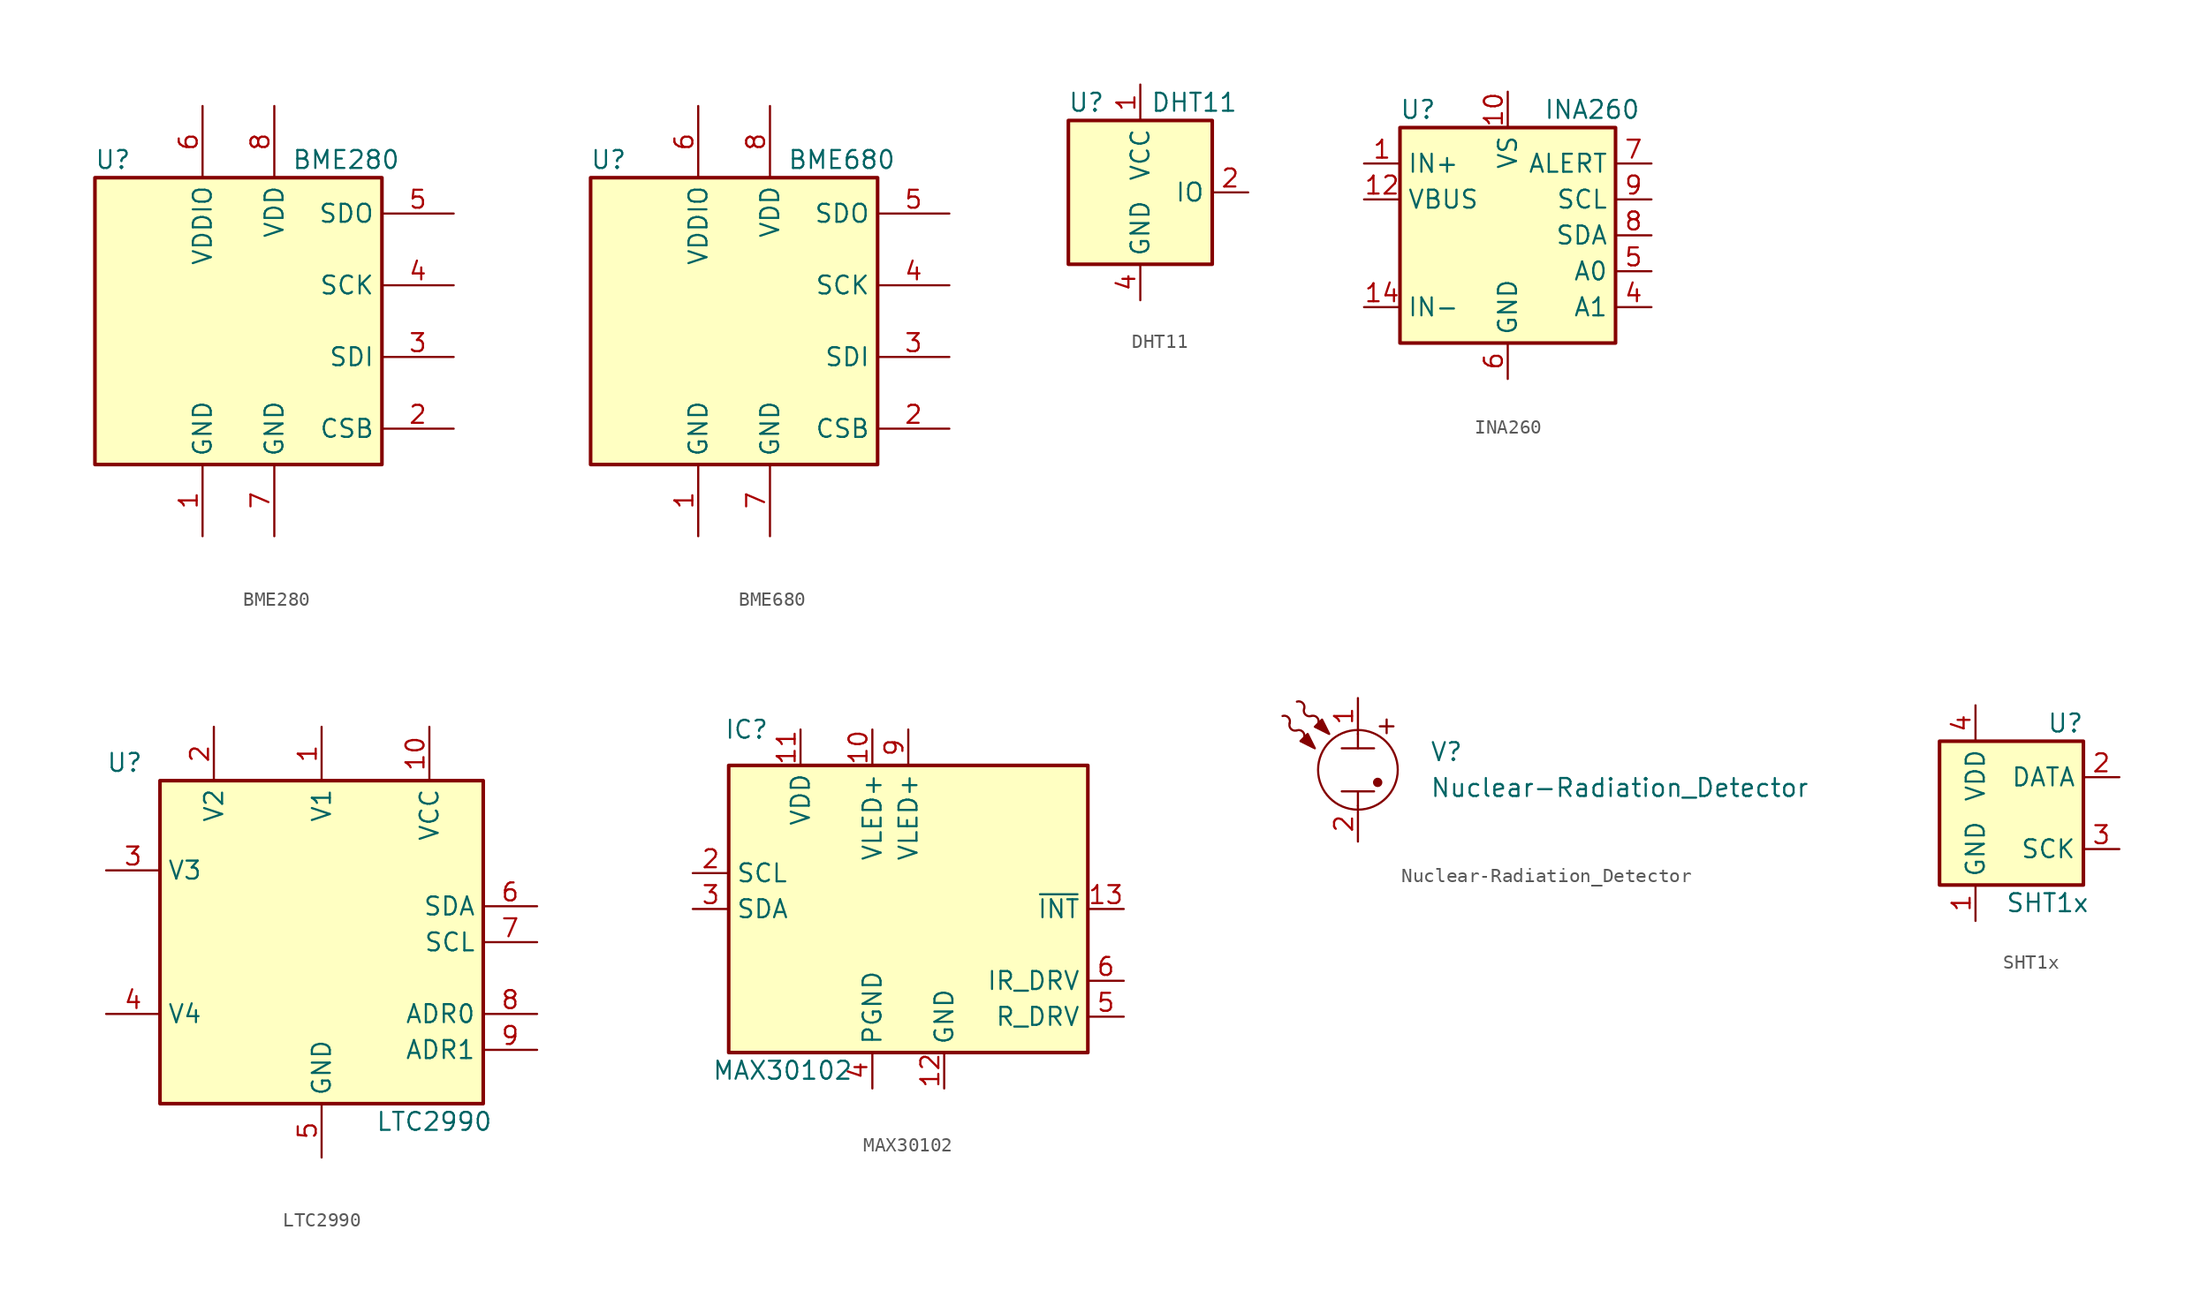
<source format=kicad_sym>
(kicad_symbol_lib
  (version 20201005)
  (generator kicad_symbol_editor)
  (symbol "Sensor:BME280"
    (property "Reference" "U"
      (at -8.89 11.43 0)
      (effects (font (size 1.27 1.27))))
    (property "Value" "BME280"
      (at 7.62 11.43 0)
      (effects (font (size 1.27 1.27))))
    (symbol "BME280_0_1"
      (rectangle (start -10.16 10.16) (end 10.16 -10.16) (stroke (width 0.254)) (fill (type background))))
    (symbol "BME280_1_1"
      (pin power_in line (at -2.54 -15.24 90) (length 5.08) (name "GND" (effects (font (size 1.27 1.27)))) (number "1" (effects (font (size 1.27 1.27)))))
      (pin input line (at 15.24 -7.62 180) (length 5.08) (name "CSB" (effects (font (size 1.27 1.27)))) (number "2" (effects (font (size 1.27 1.27)))))
      (pin bidirectional line (at 15.24 -2.54 180) (length 5.08) (name "SDI" (effects (font (size 1.27 1.27)))) (number "3" (effects (font (size 1.27 1.27)))))
      (pin input line (at 15.24 2.54 180) (length 5.08) (name "SCK" (effects (font (size 1.27 1.27)))) (number "4" (effects (font (size 1.27 1.27)))))
      (pin bidirectional line (at 15.24 7.62 180) (length 5.08) (name "SDO" (effects (font (size 1.27 1.27)))) (number "5" (effects (font (size 1.27 1.27)))))
      (pin power_in line (at -2.54 15.24 270) (length 5.08) (name "VDDIO" (effects (font (size 1.27 1.27)))) (number "6" (effects (font (size 1.27 1.27)))))
      (pin power_in line (at 2.54 -15.24 90) (length 5.08) (name "GND" (effects (font (size 1.27 1.27)))) (number "7" (effects (font (size 1.27 1.27)))))
      (pin power_in line (at 2.54 15.24 270) (length 5.08) (name "VDD" (effects (font (size 1.27 1.27)))) (number "8" (effects (font (size 1.27 1.27)))))))
  (symbol "Sensor:BME680"
    (property "Reference" "U"
      (at -8.89 11.43 0)
      (effects (font (size 1.27 1.27))))
    (property "Value" "BME680"
      (at 7.62 11.43 0)
      (effects (font (size 1.27 1.27))))
    (symbol "BME680_0_1"
      (rectangle (start -10.16 10.16) (end 10.16 -10.16) (stroke (width 0.254)) (fill (type background))))
    (symbol "BME680_1_1"
      (pin power_in line (at -2.54 -15.24 90) (length 5.08) (name "GND" (effects (font (size 1.27 1.27)))) (number "1" (effects (font (size 1.27 1.27)))))
      (pin input line (at 15.24 -7.62 180) (length 5.08) (name "CSB" (effects (font (size 1.27 1.27)))) (number "2" (effects (font (size 1.27 1.27)))))
      (pin bidirectional line (at 15.24 -2.54 180) (length 5.08) (name "SDI" (effects (font (size 1.27 1.27)))) (number "3" (effects (font (size 1.27 1.27)))))
      (pin input line (at 15.24 2.54 180) (length 5.08) (name "SCK" (effects (font (size 1.27 1.27)))) (number "4" (effects (font (size 1.27 1.27)))))
      (pin bidirectional line (at 15.24 7.62 180) (length 5.08) (name "SDO" (effects (font (size 1.27 1.27)))) (number "5" (effects (font (size 1.27 1.27)))))
      (pin power_in line (at -2.54 15.24 270) (length 5.08) (name "VDDIO" (effects (font (size 1.27 1.27)))) (number "6" (effects (font (size 1.27 1.27)))))
      (pin power_in line (at 2.54 -15.24 90) (length 5.08) (name "GND" (effects (font (size 1.27 1.27)))) (number "7" (effects (font (size 1.27 1.27)))))
      (pin power_in line (at 2.54 15.24 270) (length 5.08) (name "VDD" (effects (font (size 1.27 1.27)))) (number "8" (effects (font (size 1.27 1.27)))))))
  (symbol "Sensor:DHT11"
    (property "Reference" "U"
      (at -3.81 6.35 0)
      (effects (font (size 1.27 1.27))))
    (property "Value" "DHT11"
      (at 3.81 6.35 0)
      (effects (font (size 1.27 1.27))))
    (symbol "DHT11_0_1"
      (rectangle (start -5.08 5.08) (end 5.08 -5.08) (stroke (width 0.254)) (fill (type background))))
    (symbol "DHT11_1_1"
      (pin power_in line (at 0 7.62 270) (length 2.54) (name "VCC" (effects (font (size 1.27 1.27)))) (number "1" (effects (font (size 1.27 1.27)))))
      (pin bidirectional line (at 7.62 0 180) (length 2.54) (name "IO" (effects (font (size 1.27 1.27)))) (number "2" (effects (font (size 1.27 1.27)))))
      (pin no_connect line (at -5.08 0 0) (length 2.54) hide (name "NC" (effects (font (size 1.27 1.27)))) (number "3" (effects (font (size 1.27 1.27)))))
      (pin power_in line (at 0 -7.62 90) (length 2.54) (name "GND" (effects (font (size 1.27 1.27)))) (number "4" (effects (font (size 1.27 1.27)))))))
  (symbol "Sensor:INA260"
    (property "Reference" "U"
      (at -6.35 8.89 0)
      (effects (font (size 1.27 1.27))))
    (property "Value" "INA260"
      (at 2.54 8.89 0)
      (effects (font (size 1.27 1.27)) (justify left)))
    (symbol "INA260_0_1"
      (rectangle (start -7.62 7.62) (end 7.62 -7.62) (stroke (width 0.254)) (fill (type background))))
    (symbol "INA260_1_1"
      (pin passive line (at -10.16 5.08 0) (length 2.54) (name "IN+" (effects (font (size 1.27 1.27)))) (number "1" (effects (font (size 1.27 1.27)))))
      (pin power_in line (at 0 10.16 270) (length 2.54) (name "VS" (effects (font (size 1.27 1.27)))) (number "10" (effects (font (size 1.27 1.27)))))
      (pin passive line (at 0 -10.16 90) (length 2.54) hide (name "GND" (effects (font (size 1.27 1.27)))) (number "11" (effects (font (size 1.27 1.27)))))
      (pin passive line (at -10.16 2.54 0) (length 2.54) (name "VBUS" (effects (font (size 1.27 1.27)))) (number "12" (effects (font (size 1.27 1.27)))))
      (pin no_connect line (at 2.54 -7.62 90) (length 2.54) hide (name "NC" (effects (font (size 1.27 1.27)))) (number "13" (effects (font (size 1.27 1.27)))))
      (pin passive line (at -10.16 -5.08 0) (length 2.54) (name "IN-" (effects (font (size 1.27 1.27)))) (number "14" (effects (font (size 1.27 1.27)))))
      (pin passive line (at -10.16 -5.08 0) (length 2.54) hide (name "IN-" (effects (font (size 1.27 1.27)))) (number "15" (effects (font (size 1.27 1.27)))))
      (pin passive line (at -10.16 -5.08 0) (length 2.54) hide (name "IN-" (effects (font (size 1.27 1.27)))) (number "16" (effects (font (size 1.27 1.27)))))
      (pin passive line (at -10.16 5.08 0) (length 2.54) hide (name "IN+" (effects (font (size 1.27 1.27)))) (number "2" (effects (font (size 1.27 1.27)))))
      (pin passive line (at -10.16 5.08 0) (length 2.54) hide (name "IN+" (effects (font (size 1.27 1.27)))) (number "3" (effects (font (size 1.27 1.27)))))
      (pin input line (at 10.16 -5.08 180) (length 2.54) (name "A1" (effects (font (size 1.27 1.27)))) (number "4" (effects (font (size 1.27 1.27)))))
      (pin input line (at 10.16 -2.54 180) (length 2.54) (name "A0" (effects (font (size 1.27 1.27)))) (number "5" (effects (font (size 1.27 1.27)))))
      (pin power_in line (at 0 -10.16 90) (length 2.54) (name "GND" (effects (font (size 1.27 1.27)))) (number "6" (effects (font (size 1.27 1.27)))))
      (pin open_collector line (at 10.16 5.08 180) (length 2.54) (name "ALERT" (effects (font (size 1.27 1.27)))) (number "7" (effects (font (size 1.27 1.27)))))
      (pin bidirectional line (at 10.16 0 180) (length 2.54) (name "SDA" (effects (font (size 1.27 1.27)))) (number "8" (effects (font (size 1.27 1.27)))))
      (pin input line (at 10.16 2.54 180) (length 2.54) (name "SCL" (effects (font (size 1.27 1.27)))) (number "9" (effects (font (size 1.27 1.27)))))))
  (symbol "Sensor:LTC2990"
    (property "Reference" "U"
      (at -15.24 12.7 0)
      (effects (font (size 1.27 1.27)) (justify left)))
    (property "Value" "LTC2990"
      (at 3.81 -12.7 0)
      (effects (font (size 1.27 1.27)) (justify left)))
    (symbol "LTC2990_0_1"
      (rectangle (start -11.43 11.43) (end 11.43 -11.43) (stroke (width 0.254)) (fill (type background))))
    (symbol "LTC2990_1_1"
      (pin passive line (at 0 15.24 270) (length 3.81) (name "V1" (effects (font (size 1.27 1.27)))) (number "1" (effects (font (size 1.27 1.27)))))
      (pin power_in line (at 7.62 15.24 270) (length 3.81) (name "VCC" (effects (font (size 1.27 1.27)))) (number "10" (effects (font (size 1.27 1.27)))))
      (pin passive line (at -7.62 15.24 270) (length 3.81) (name "V2" (effects (font (size 1.27 1.27)))) (number "2" (effects (font (size 1.27 1.27)))))
      (pin passive line (at -15.24 5.08 0) (length 3.81) (name "V3" (effects (font (size 1.27 1.27)))) (number "3" (effects (font (size 1.27 1.27)))))
      (pin passive line (at -15.24 -5.08 0) (length 3.81) (name "V4" (effects (font (size 1.27 1.27)))) (number "4" (effects (font (size 1.27 1.27)))))
      (pin power_in line (at 0 -15.24 90) (length 3.81) (name "GND" (effects (font (size 1.27 1.27)))) (number "5" (effects (font (size 1.27 1.27)))))
      (pin bidirectional line (at 15.24 2.54 180) (length 3.81) (name "SDA" (effects (font (size 1.27 1.27)))) (number "6" (effects (font (size 1.27 1.27)))))
      (pin input line (at 15.24 0 180) (length 3.81) (name "SCL" (effects (font (size 1.27 1.27)))) (number "7" (effects (font (size 1.27 1.27)))))
      (pin input line (at 15.24 -5.08 180) (length 3.81) (name "ADR0" (effects (font (size 1.27 1.27)))) (number "8" (effects (font (size 1.27 1.27)))))
      (pin input line (at 15.24 -7.62 180) (length 3.81) (name "ADR1" (effects (font (size 1.27 1.27)))) (number "9" (effects (font (size 1.27 1.27)))))))
  (symbol "Sensor:MAX30102"
    (property "Reference" "IC"
      (at -11.43 12.7 0)
      (effects (font (size 1.27 1.27))))
    (property "Value" "MAX30102"
      (at -8.89 -11.43 0)
      (effects (font (size 1.27 1.27))))
    (symbol "MAX30102_0_1"
      (rectangle (start -12.7 10.16) (end 12.7 -10.16) (stroke (width 0.254)) (fill (type background))))
    (symbol "MAX30102_1_1"
      (pin no_connect line (at 10.16 10.16 180) (length 2.54) hide (name "NC" (effects (font (size 1.27 1.27)))) (number "1" (effects (font (size 1.27 1.27)))))
      (pin power_in line (at -2.54 12.7 270) (length 2.54) (name "VLED+" (effects (font (size 1.27 1.27)))) (number "10" (effects (font (size 1.27 1.27)))))
      (pin power_in line (at -7.62 12.7 270) (length 2.54) (name "VDD" (effects (font (size 1.27 1.27)))) (number "11" (effects (font (size 1.27 1.27)))))
      (pin power_in line (at 2.54 -12.7 90) (length 2.54) (name "GND" (effects (font (size 1.27 1.27)))) (number "12" (effects (font (size 1.27 1.27)))))
      (pin output line (at 15.24 0 180) (length 2.54) (name "~INT" (effects (font (size 1.27 1.27)))) (number "13" (effects (font (size 1.27 1.27)))))
      (pin no_connect line (at 10.16 2.54 180) (length 2.54) hide (name "NC" (effects (font (size 1.27 1.27)))) (number "14" (effects (font (size 1.27 1.27)))))
      (pin input line (at -15.24 2.54 0) (length 2.54) (name "SCL" (effects (font (size 1.27 1.27)))) (number "2" (effects (font (size 1.27 1.27)))))
      (pin bidirectional line (at -15.24 0 0) (length 2.54) (name "SDA" (effects (font (size 1.27 1.27)))) (number "3" (effects (font (size 1.27 1.27)))))
      (pin power_in line (at -2.54 -12.7 90) (length 2.54) (name "PGND" (effects (font (size 1.27 1.27)))) (number "4" (effects (font (size 1.27 1.27)))))
      (pin output line (at 15.24 -7.62 180) (length 2.54) (name "R_DRV" (effects (font (size 1.27 1.27)))) (number "5" (effects (font (size 1.27 1.27)))))
      (pin output line (at 15.24 -5.08 180) (length 2.54) (name "IR_DRV" (effects (font (size 1.27 1.27)))) (number "6" (effects (font (size 1.27 1.27)))))
      (pin no_connect line (at 10.16 7.62 180) (length 2.54) hide (name "NC" (effects (font (size 1.27 1.27)))) (number "7" (effects (font (size 1.27 1.27)))))
      (pin no_connect line (at 10.16 5.08 180) (length 2.54) hide (name "NC" (effects (font (size 1.27 1.27)))) (number "8" (effects (font (size 1.27 1.27)))))
      (pin power_in line (at 0 12.7 270) (length 2.54) (name "VLED+" (effects (font (size 1.27 1.27)))) (number "9" (effects (font (size 1.27 1.27)))))))
  (symbol "Sensor:Nuclear-Radiation_Detector"
    (pin_names
      (offset 0) hide)
    (property "Reference" "V"
      (at 5.08 1.27 0)
      (effects (font (size 1.27 1.27)) (justify left)))
    (property "Value" "Nuclear-Radiation_Detector"
      (at 5.08 -1.27 0)
      (effects (font (size 1.27 1.27)) (justify left)))
    (symbol "Nuclear-Radiation_Detector_0_0"
      (text "+" (at 2.032 3.175 0) (effects (font (size 1.27 1.27)))))
    (symbol "Nuclear-Radiation_Detector_0_1"
      (arc (start -2.794 3.302) (end -3.302 3.81) (radius (at -3.175 3.429) (length 0.4064) (angles -18.4 108.4)) (stroke (width 0)) (fill (type none)))
      (circle (center 0 0) (radius 2.819) (stroke (width 0)) (fill (type none)))
      (circle (center 1.397 -0.889) (radius 0.254) (stroke (width 0)) (fill (type outline)))
      (polyline (pts (xy -1.143 -1.524) (xy 1.143 -1.524)) (stroke (width 0)) (fill (type none)))
      (polyline (pts (xy -1.143 1.524) (xy 1.143 1.524)) (stroke (width 0)) (fill (type none)))
      (polyline (pts (xy 0 -1.524) (xy 0 -2.54)) (stroke (width 0)) (fill (type none)))
      (polyline (pts (xy 0 2.54) (xy 0 1.524)) (stroke (width 0)) (fill (type none)))
      (polyline (pts (xy -2.54 3.556) (xy -3.048 3.048) (xy -2.032 2.54) (xy -2.54 3.556)) (stroke (width 0)) (fill (type outline))))
    (symbol "Nuclear-Radiation_Detector_1_1"
      (arc (start -4.826 3.302) (end -5.334 3.81) (radius (at -5.207 3.429) (length 0.4064) (angles -18.4 108.4)) (stroke (width 0)) (fill (type none)))
      (arc (start -4.826 3.302) (end -4.318 2.794) (radius (at -4.445 3.175) (length 0.4064) (angles 161.6 -71.6)) (stroke (width 0)) (fill (type none)))
      (arc (start -3.81 2.286) (end -4.318 2.794) (radius (at -4.191 2.413) (length 0.4064) (angles -18.4 108.4)) (stroke (width 0)) (fill (type none)))
      (arc (start -3.81 4.318) (end -4.318 4.826) (radius (at -4.191 4.445) (length 0.4064) (angles -18.4 108.4)) (stroke (width 0)) (fill (type none)))
      (arc (start -3.81 4.318) (end -3.302 3.81) (radius (at -3.429 4.191) (length 0.4064) (angles 161.6 -71.6)) (stroke (width 0)) (fill (type none)))
      (polyline (pts (xy -3.556 2.54) (xy -4.064 2.032) (xy -3.048 1.524) (xy -3.556 2.54)) (stroke (width 0)) (fill (type outline)))
      (pin passive line (at 0 5.08 270) (length 2.54) (name "1" (effects (font (size 1.27 1.27)))) (number "1" (effects (font (size 1.27 1.27)))))
      (pin passive line (at 0 -5.08 90) (length 2.54) (name "2" (effects (font (size 1.27 1.27)))) (number "2" (effects (font (size 1.27 1.27)))))))
  (symbol "Sensor:SHT1x"
    (property "Reference" "U"
      (at 3.81 6.35 0)
      (effects (font (size 1.27 1.27))))
    (property "Value" "SHT1x"
      (at 2.54 -6.35 0)
      (effects (font (size 1.27 1.27))))
    (symbol "SHT1x_0_1"
      (rectangle (start -5.08 5.08) (end 5.08 -5.08) (stroke (width 0.254)) (fill (type background))))
    (symbol "SHT1x_1_1"
      (pin power_in line (at -2.54 -7.62 90) (length 2.54) (name "GND" (effects (font (size 1.27 1.27)))) (number "1" (effects (font (size 1.27 1.27)))))
      (pin bidirectional line (at 7.62 2.54 180) (length 2.54) (name "DATA" (effects (font (size 1.27 1.27)))) (number "2" (effects (font (size 1.27 1.27)))))
      (pin input line (at 7.62 -2.54 180) (length 2.54) (name "SCK" (effects (font (size 1.27 1.27)))) (number "3" (effects (font (size 1.27 1.27)))))
      (pin power_in line (at -2.54 7.62 270) (length 2.54) (name "VDD" (effects (font (size 1.27 1.27)))) (number "4" (effects (font (size 1.27 1.27))))))))
</source>
